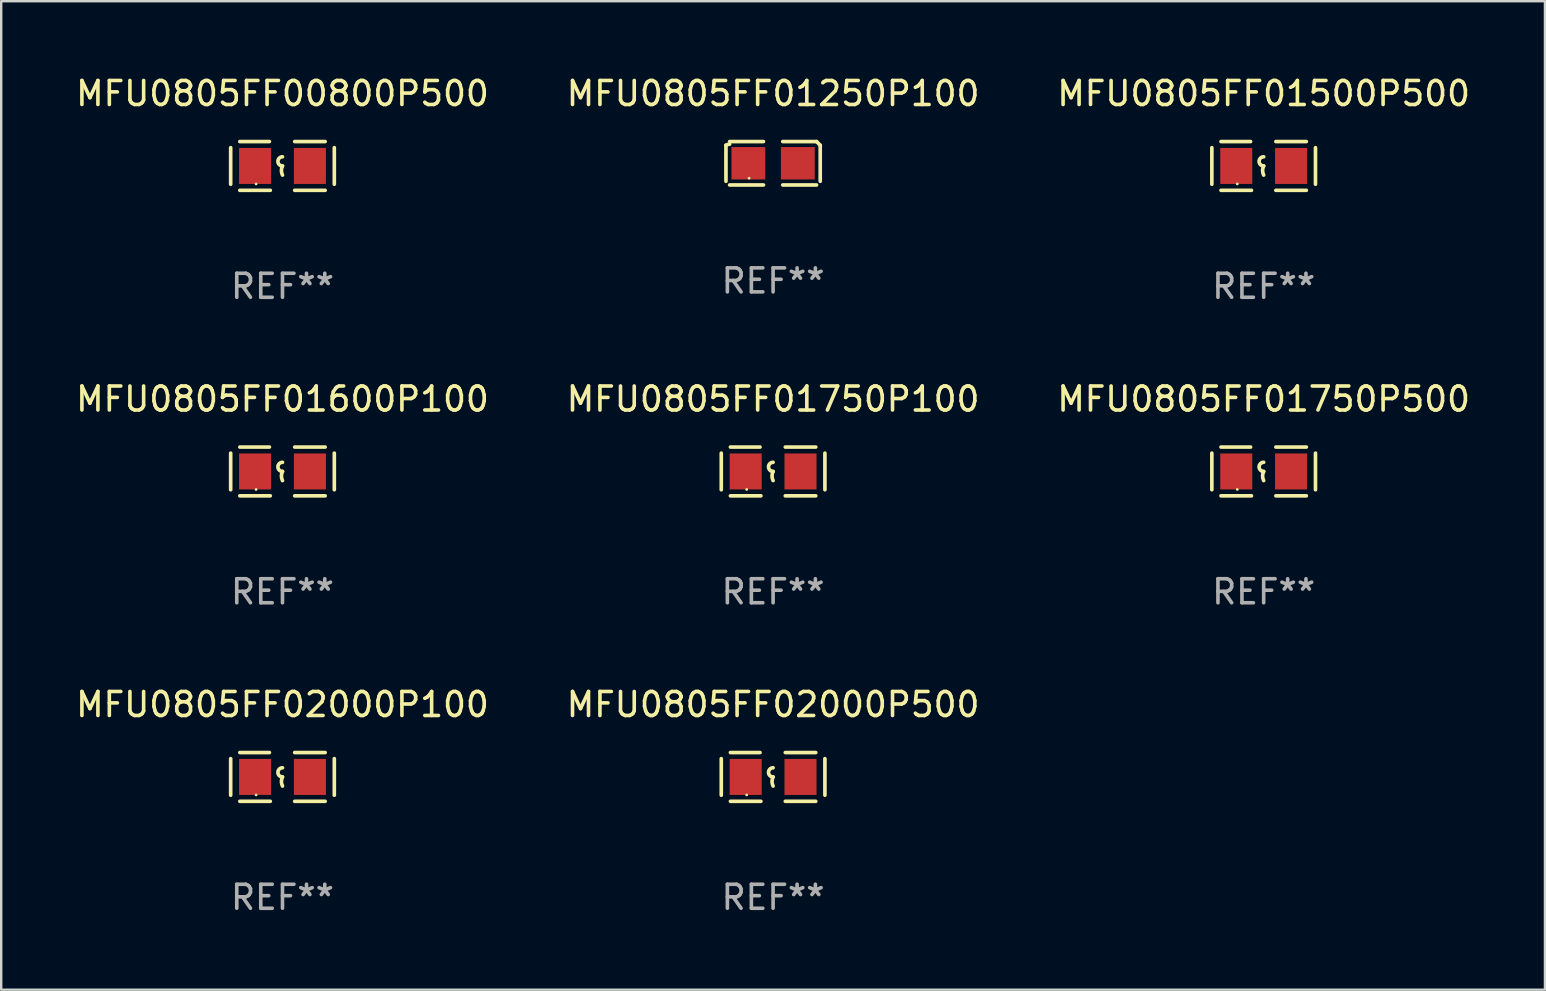
<source format=kicad_pcb>
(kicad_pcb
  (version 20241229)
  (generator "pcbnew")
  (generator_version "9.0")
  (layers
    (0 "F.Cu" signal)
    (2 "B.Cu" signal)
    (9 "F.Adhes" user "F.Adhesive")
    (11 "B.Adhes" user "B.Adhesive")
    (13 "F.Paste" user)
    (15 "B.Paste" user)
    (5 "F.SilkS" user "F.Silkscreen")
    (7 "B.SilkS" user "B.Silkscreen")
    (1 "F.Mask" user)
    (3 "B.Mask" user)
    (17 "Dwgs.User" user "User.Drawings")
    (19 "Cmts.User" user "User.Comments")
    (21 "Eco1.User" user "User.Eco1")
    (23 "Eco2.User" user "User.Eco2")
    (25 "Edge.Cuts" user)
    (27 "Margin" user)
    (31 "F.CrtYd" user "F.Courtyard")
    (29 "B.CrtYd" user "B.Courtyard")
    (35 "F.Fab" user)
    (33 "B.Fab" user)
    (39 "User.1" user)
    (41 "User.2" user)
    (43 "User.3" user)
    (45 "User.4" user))
  (footprint "MFU0805FF01500P500"
    (layer "F.Cu")
    (at 49.601 3.864)
    (property "Reference" "MFU0805FF01500P500" (at 0 -3.016 0) (layer "F.SilkS") (effects (font (size 1 1) (thickness 0.15))))
    (attr through_hole)
    (fp_line (start -2.159 -0.762) (end -2.159 0.762) (stroke (width 0.152) (type solid)) (layer "F.SilkS"))
    (fp_line (start -1.778 -1.016) (end -0.545 -1.016) (stroke (width 0.152) (type solid)) (layer "F.SilkS"))
    (fp_line (start -0.508 1.016) (end -1.778 1.016) (stroke (width 0.152) (type solid)) (layer "F.SilkS"))
    (fp_line (start 0.508 1.016) (end 1.778 1.016) (stroke (width 0.152) (type solid)) (layer "F.SilkS"))
    (fp_line (start 1.778 -1.016) (end 0.508 -1.016) (stroke (width 0.152) (type solid)) (layer "F.SilkS"))
    (fp_line (start 2.159 -0.762) (end 2.159 0.762) (stroke (width 0.152) (type solid)) (layer "F.SilkS"))
    (fp_arc (start 0 0) (mid -0.1905 -0.1905) (end 0 -0.381) (stroke (width 0.151994) (type solid)) (layer "F.SilkS"))
    (fp_arc (start 0 0.381001) (mid -0.044971 0.1905) (end 0 0) (stroke (width 0.151994) (type solid)) (layer "F.SilkS"))
    (fp_circle (center -1.1 0.75) (end -1.07 0.75) (stroke (width 0.06) (type solid)) (fill no) (layer "F.SilkS"))
    (fp_text user "REF**" (at 0 5.016 0) (layer "F.Fab") (effects (font (size 1 1) (thickness 0.15))))
    (pad "1" smd rect (at -1.142 0) (size 1.335 1.5) (layers "F.Cu" "F.Mask" "F.Paste"))
    (pad "2" smd rect (at 1.142 0) (size 1.335 1.5) (layers "F.Cu" "F.Mask" "F.Paste")))
  (footprint "MFU0805FF02000P500"
    (layer "F.Cu")
    (at 29.161 29.321)
    (property "Reference" "MFU0805FF02000P500" (at 0 -3.016 0) (layer "F.SilkS") (effects (font (size 1 1) (thickness 0.15))))
    (attr through_hole)
    (fp_line (start -2.159 -0.762) (end -2.159 0.762) (stroke (width 0.152) (type solid)) (layer "F.SilkS"))
    (fp_line (start -1.778 -1.016) (end -0.545 -1.016) (stroke (width 0.152) (type solid)) (layer "F.SilkS"))
    (fp_line (start -0.508 1.016) (end -1.778 1.016) (stroke (width 0.152) (type solid)) (layer "F.SilkS"))
    (fp_line (start 0.508 1.016) (end 1.778 1.016) (stroke (width 0.152) (type solid)) (layer "F.SilkS"))
    (fp_line (start 1.778 -1.016) (end 0.508 -1.016) (stroke (width 0.152) (type solid)) (layer "F.SilkS"))
    (fp_line (start 2.159 -0.762) (end 2.159 0.762) (stroke (width 0.152) (type solid)) (layer "F.SilkS"))
    (fp_arc (start 0 0) (mid -0.1905 -0.1905) (end 0 -0.381) (stroke (width 0.151994) (type solid)) (layer "F.SilkS"))
    (fp_arc (start 0 0.381001) (mid -0.044971 0.1905) (end 0 0) (stroke (width 0.151994) (type solid)) (layer "F.SilkS"))
    (fp_circle (center -1.1 0.75) (end -1.07 0.75) (stroke (width 0.06) (type solid)) (fill no) (layer "F.SilkS"))
    (fp_text user "REF**" (at 0 5.016 0) (layer "F.Fab") (effects (font (size 1 1) (thickness 0.15))))
    (pad "1" smd rect (at -1.142 0) (size 1.335 1.5) (layers "F.Cu" "F.Mask" "F.Paste"))
    (pad "2" smd rect (at 1.142 0) (size 1.335 1.5) (layers "F.Cu" "F.Mask" "F.Paste")))
  (footprint "MFU0805FF02000P100"
    (layer "F.Cu")
    (at 8.72 29.321)
    (property "Reference" "MFU0805FF02000P100" (at 0 -3.016 0) (layer "F.SilkS") (effects (font (size 1 1) (thickness 0.15))))
    (attr through_hole)
    (fp_line (start -2.159 -0.762) (end -2.159 0.762) (stroke (width 0.152) (type solid)) (layer "F.SilkS"))
    (fp_line (start -1.778 -1.016) (end -0.545 -1.016) (stroke (width 0.152) (type solid)) (layer "F.SilkS"))
    (fp_line (start -0.508 1.016) (end -1.778 1.016) (stroke (width 0.152) (type solid)) (layer "F.SilkS"))
    (fp_line (start 0.508 1.016) (end 1.778 1.016) (stroke (width 0.152) (type solid)) (layer "F.SilkS"))
    (fp_line (start 1.778 -1.016) (end 0.508 -1.016) (stroke (width 0.152) (type solid)) (layer "F.SilkS"))
    (fp_line (start 2.159 -0.762) (end 2.159 0.762) (stroke (width 0.152) (type solid)) (layer "F.SilkS"))
    (fp_arc (start 0 0) (mid -0.1905 -0.1905) (end 0 -0.381) (stroke (width 0.151994) (type solid)) (layer "F.SilkS"))
    (fp_arc (start 0 0.381001) (mid -0.044971 0.1905) (end 0 0) (stroke (width 0.151994) (type solid)) (layer "F.SilkS"))
    (fp_circle (center -1.1 0.75) (end -1.07 0.75) (stroke (width 0.06) (type solid)) (fill no) (layer "F.SilkS"))
    (fp_text user "REF**" (at 0 5.016 0) (layer "F.Fab") (effects (font (size 1 1) (thickness 0.15))))
    (pad "1" smd rect (at -1.142 0) (size 1.335 1.5) (layers "F.Cu" "F.Mask" "F.Paste"))
    (pad "2" smd rect (at 1.142 0) (size 1.335 1.5) (layers "F.Cu" "F.Mask" "F.Paste")))
  (footprint "MFU0805FF01250P100"
    (layer "F.Cu")
    (at 29.161 3.752)
    (property "Reference" "MFU0805FF01250P100" (at 0 -2.904 0) (layer "F.SilkS") (effects (font (size 1 1) (thickness 0.15))))
    (attr through_hole)
    (fp_line (start -1.964 0.751) (end -1.964 -0.751) (stroke (width 0.152) (type solid)) (layer "F.SilkS"))
    (fp_line (start -1.811 -0.904) (end -0.401 -0.904) (stroke (width 0.152) (type solid)) (layer "F.SilkS"))
    (fp_line (start -0.401 0.904) (end -1.811 0.904) (stroke (width 0.152) (type solid)) (layer "F.SilkS"))
    (fp_line (start 0.401 0.904) (end 1.811 0.904) (stroke (width 0.152) (type solid)) (layer "F.SilkS"))
    (fp_line (start 1.811 -0.904) (end 0.401 -0.904) (stroke (width 0.152) (type solid)) (layer "F.SilkS"))
    (fp_line (start 1.964 0.751) (end 1.964 -0.751) (stroke (width 0.152) (type solid)) (layer "F.SilkS"))
    (fp_arc (start -1.963602 -0.751207) (mid -1.890354 -0.783131) (end -1.811201 -0.794044) (stroke (width 0.1524) (type solid)) (layer "F.SilkS"))
    (fp_arc (start 1.811202 -0.903607) (mid 1.887413 -0.827418) (end 1.963602 -0.751207) (stroke (width 0.1524) (type solid)) (layer "F.SilkS"))
    (fp_circle (center -1 0.625) (end -0.97 0.625) (stroke (width 0.06) (type solid)) (fill no) (layer "F.SilkS"))
    (fp_text user "REF**" (at 0 4.904 0) (layer "F.Fab") (effects (font (size 1 1) (thickness 0.15))))
    (pad "1" smd rect (at -1.03 0) (size 1.41 1.35) (layers "F.Cu" "F.Mask" "F.Paste"))
    (pad "2" smd rect (at 1.03 0) (size 1.41 1.35) (layers "F.Cu" "F.Mask" "F.Paste")))
  (footprint "MFU0805FF01750P500"
    (layer "F.Cu")
    (at 49.601 16.593)
    (property "Reference" "MFU0805FF01750P500" (at 0 -3.016 0) (layer "F.SilkS") (effects (font (size 1 1) (thickness 0.15))))
    (attr through_hole)
    (fp_line (start -2.159 -0.762) (end -2.159 0.762) (stroke (width 0.152) (type solid)) (layer "F.SilkS"))
    (fp_line (start -1.778 -1.016) (end -0.545 -1.016) (stroke (width 0.152) (type solid)) (layer "F.SilkS"))
    (fp_line (start -0.508 1.016) (end -1.778 1.016) (stroke (width 0.152) (type solid)) (layer "F.SilkS"))
    (fp_line (start 0.508 1.016) (end 1.778 1.016) (stroke (width 0.152) (type solid)) (layer "F.SilkS"))
    (fp_line (start 1.778 -1.016) (end 0.508 -1.016) (stroke (width 0.152) (type solid)) (layer "F.SilkS"))
    (fp_line (start 2.159 -0.762) (end 2.159 0.762) (stroke (width 0.152) (type solid)) (layer "F.SilkS"))
    (fp_arc (start 0 0) (mid -0.1905 -0.1905) (end 0 -0.381) (stroke (width 0.151994) (type solid)) (layer "F.SilkS"))
    (fp_arc (start 0 0.381001) (mid -0.044971 0.1905) (end 0 0) (stroke (width 0.151994) (type solid)) (layer "F.SilkS"))
    (fp_circle (center -1.1 0.75) (end -1.07 0.75) (stroke (width 0.06) (type solid)) (fill no) (layer "F.SilkS"))
    (fp_text user "REF**" (at 0 5.016 0) (layer "F.Fab") (effects (font (size 1 1) (thickness 0.15))))
    (pad "1" smd rect (at -1.142 0) (size 1.335 1.5) (layers "F.Cu" "F.Mask" "F.Paste"))
    (pad "2" smd rect (at 1.142 0) (size 1.335 1.5) (layers "F.Cu" "F.Mask" "F.Paste")))
  (footprint "MFU0805FF00800P500"
    (layer "F.Cu")
    (at 8.72 3.864)
    (property "Reference" "MFU0805FF00800P500" (at 0 -3.016 0) (layer "F.SilkS") (effects (font (size 1 1) (thickness 0.15))))
    (attr through_hole)
    (fp_line (start -2.159 -0.762) (end -2.159 0.762) (stroke (width 0.152) (type solid)) (layer "F.SilkS"))
    (fp_line (start -1.778 -1.016) (end -0.545 -1.016) (stroke (width 0.152) (type solid)) (layer "F.SilkS"))
    (fp_line (start -0.508 1.016) (end -1.778 1.016) (stroke (width 0.152) (type solid)) (layer "F.SilkS"))
    (fp_line (start 0.508 1.016) (end 1.778 1.016) (stroke (width 0.152) (type solid)) (layer "F.SilkS"))
    (fp_line (start 1.778 -1.016) (end 0.508 -1.016) (stroke (width 0.152) (type solid)) (layer "F.SilkS"))
    (fp_line (start 2.159 -0.762) (end 2.159 0.762) (stroke (width 0.152) (type solid)) (layer "F.SilkS"))
    (fp_arc (start 0 0) (mid -0.1905 -0.1905) (end 0 -0.381) (stroke (width 0.151994) (type solid)) (layer "F.SilkS"))
    (fp_arc (start 0 0.381001) (mid -0.044971 0.1905) (end 0 0) (stroke (width 0.151994) (type solid)) (layer "F.SilkS"))
    (fp_circle (center -1.1 0.75) (end -1.07 0.75) (stroke (width 0.06) (type solid)) (fill no) (layer "F.SilkS"))
    (fp_text user "REF**" (at 0 5.016 0) (layer "F.Fab") (effects (font (size 1 1) (thickness 0.15))))
    (pad "1" smd rect (at -1.142 0) (size 1.335 1.5) (layers "F.Cu" "F.Mask" "F.Paste"))
    (pad "2" smd rect (at 1.142 0) (size 1.335 1.5) (layers "F.Cu" "F.Mask" "F.Paste")))
  (footprint "MFU0805FF01600P100"
    (layer "F.Cu")
    (at 8.72 16.593)
    (property "Reference" "MFU0805FF01600P100" (at 0 -3.016 0) (layer "F.SilkS") (effects (font (size 1 1) (thickness 0.15))))
    (attr through_hole)
    (fp_line (start -2.159 -0.762) (end -2.159 0.762) (stroke (width 0.152) (type solid)) (layer "F.SilkS"))
    (fp_line (start -1.778 -1.016) (end -0.545 -1.016) (stroke (width 0.152) (type solid)) (layer "F.SilkS"))
    (fp_line (start -0.508 1.016) (end -1.778 1.016) (stroke (width 0.152) (type solid)) (layer "F.SilkS"))
    (fp_line (start 0.508 1.016) (end 1.778 1.016) (stroke (width 0.152) (type solid)) (layer "F.SilkS"))
    (fp_line (start 1.778 -1.016) (end 0.508 -1.016) (stroke (width 0.152) (type solid)) (layer "F.SilkS"))
    (fp_line (start 2.159 -0.762) (end 2.159 0.762) (stroke (width 0.152) (type solid)) (layer "F.SilkS"))
    (fp_arc (start 0 0) (mid -0.1905 -0.1905) (end 0 -0.381) (stroke (width 0.151994) (type solid)) (layer "F.SilkS"))
    (fp_arc (start 0 0.381001) (mid -0.044971 0.1905) (end 0 0) (stroke (width 0.151994) (type solid)) (layer "F.SilkS"))
    (fp_circle (center -1.1 0.75) (end -1.07 0.75) (stroke (width 0.06) (type solid)) (fill no) (layer "F.SilkS"))
    (fp_text user "REF**" (at 0 5.016 0) (layer "F.Fab") (effects (font (size 1 1) (thickness 0.15))))
    (pad "1" smd rect (at -1.142 0) (size 1.335 1.5) (layers "F.Cu" "F.Mask" "F.Paste"))
    (pad "2" smd rect (at 1.142 0) (size 1.335 1.5) (layers "F.Cu" "F.Mask" "F.Paste")))
  (footprint "MFU0805FF01750P100"
    (layer "F.Cu")
    (at 29.161 16.593)
    (property "Reference" "MFU0805FF01750P100" (at 0 -3.016 0) (layer "F.SilkS") (effects (font (size 1 1) (thickness 0.15))))
    (attr through_hole)
    (fp_line (start -2.159 -0.762) (end -2.159 0.762) (stroke (width 0.152) (type solid)) (layer "F.SilkS"))
    (fp_line (start -1.778 -1.016) (end -0.545 -1.016) (stroke (width 0.152) (type solid)) (layer "F.SilkS"))
    (fp_line (start -0.508 1.016) (end -1.778 1.016) (stroke (width 0.152) (type solid)) (layer "F.SilkS"))
    (fp_line (start 0.508 1.016) (end 1.778 1.016) (stroke (width 0.152) (type solid)) (layer "F.SilkS"))
    (fp_line (start 1.778 -1.016) (end 0.508 -1.016) (stroke (width 0.152) (type solid)) (layer "F.SilkS"))
    (fp_line (start 2.159 -0.762) (end 2.159 0.762) (stroke (width 0.152) (type solid)) (layer "F.SilkS"))
    (fp_arc (start 0 0) (mid -0.1905 -0.1905) (end 0 -0.381) (stroke (width 0.151994) (type solid)) (layer "F.SilkS"))
    (fp_arc (start 0 0.381001) (mid -0.044971 0.1905) (end 0 0) (stroke (width 0.151994) (type solid)) (layer "F.SilkS"))
    (fp_circle (center -1.1 0.75) (end -1.07 0.75) (stroke (width 0.06) (type solid)) (fill no) (layer "F.SilkS"))
    (fp_text user "REF**" (at 0 5.016 0) (layer "F.Fab") (effects (font (size 1 1) (thickness 0.15))))
    (pad "1" smd rect (at -1.142 0) (size 1.335 1.5) (layers "F.Cu" "F.Mask" "F.Paste"))
    (pad "2" smd rect (at 1.142 0) (size 1.335 1.5) (layers "F.Cu" "F.Mask" "F.Paste")))
  (gr_rect
    (start -3 -3)
    (end 61.321 38.186)
    (stroke (width 0.1) (type default))
    (fill no)
    (layer "Edge.Cuts")))
</source>
